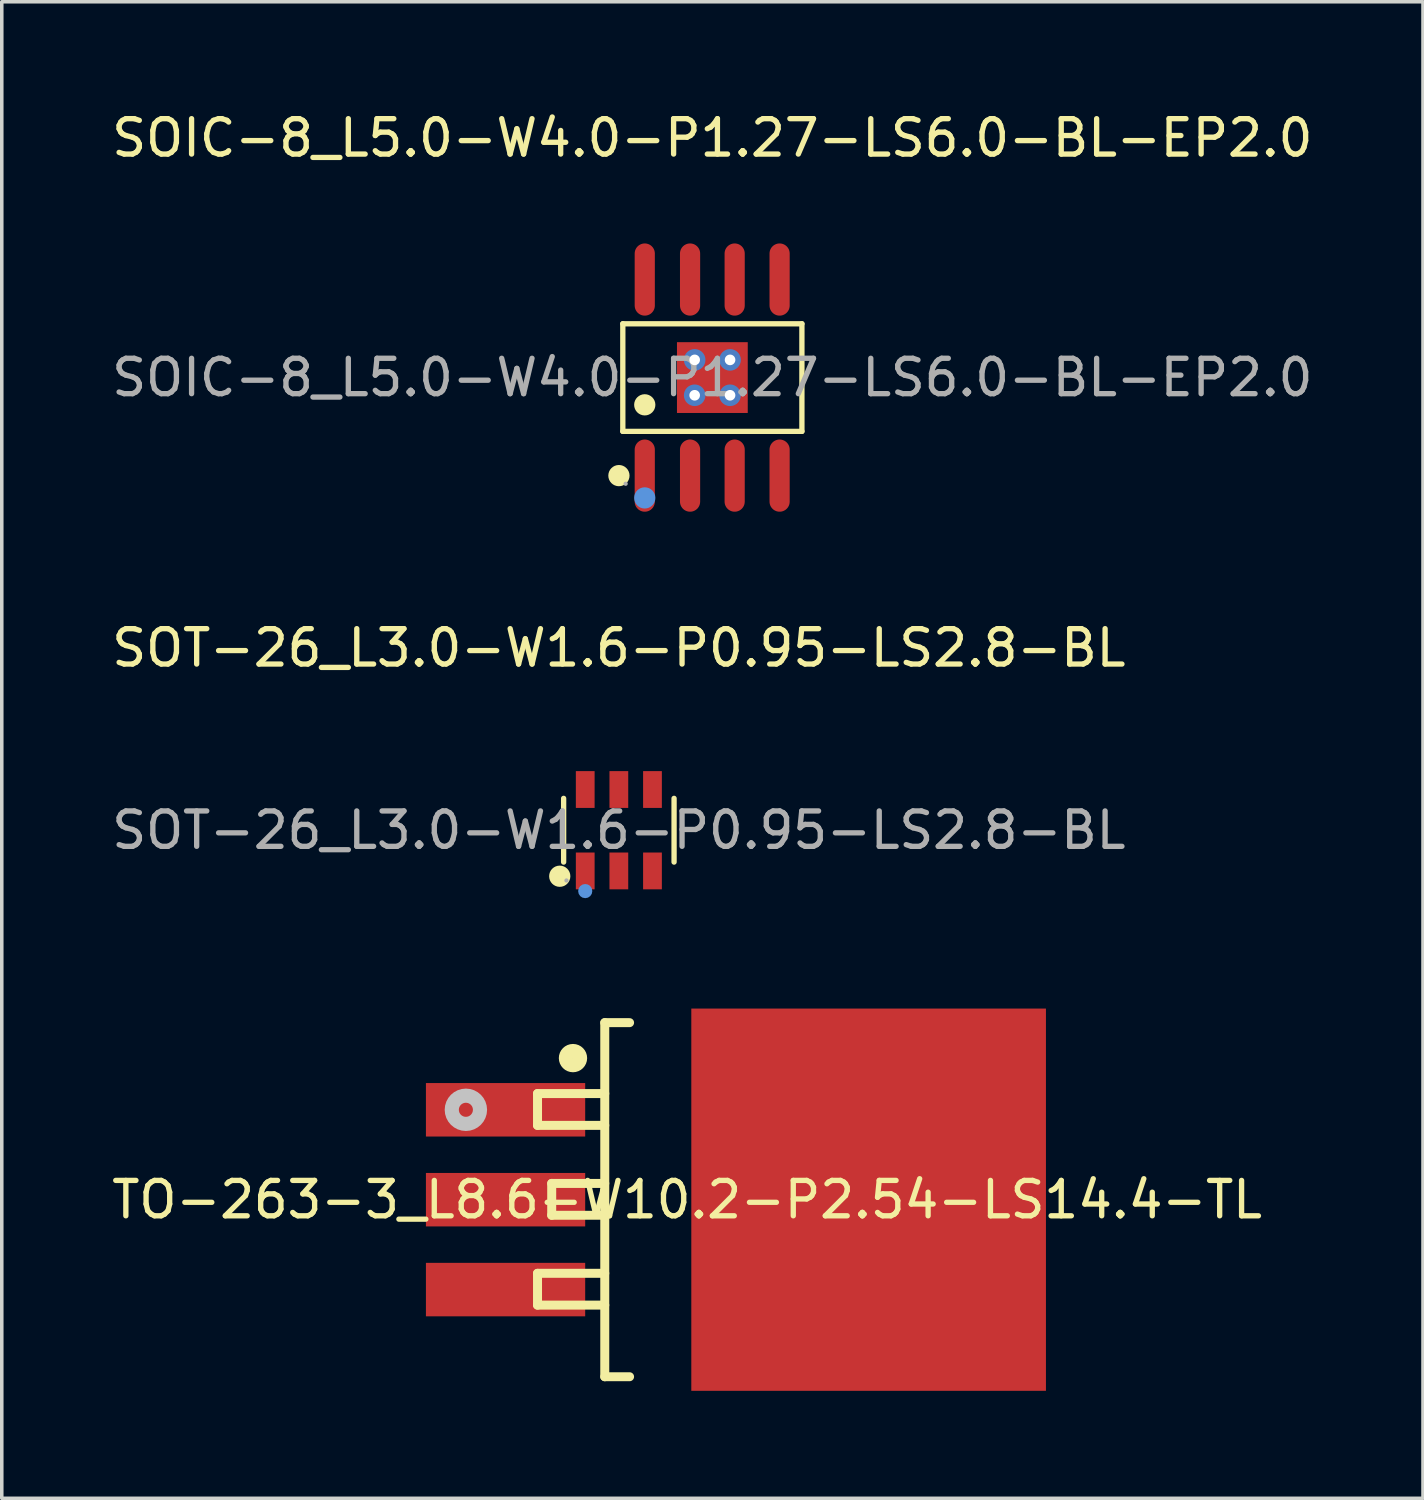
<source format=kicad_pcb>
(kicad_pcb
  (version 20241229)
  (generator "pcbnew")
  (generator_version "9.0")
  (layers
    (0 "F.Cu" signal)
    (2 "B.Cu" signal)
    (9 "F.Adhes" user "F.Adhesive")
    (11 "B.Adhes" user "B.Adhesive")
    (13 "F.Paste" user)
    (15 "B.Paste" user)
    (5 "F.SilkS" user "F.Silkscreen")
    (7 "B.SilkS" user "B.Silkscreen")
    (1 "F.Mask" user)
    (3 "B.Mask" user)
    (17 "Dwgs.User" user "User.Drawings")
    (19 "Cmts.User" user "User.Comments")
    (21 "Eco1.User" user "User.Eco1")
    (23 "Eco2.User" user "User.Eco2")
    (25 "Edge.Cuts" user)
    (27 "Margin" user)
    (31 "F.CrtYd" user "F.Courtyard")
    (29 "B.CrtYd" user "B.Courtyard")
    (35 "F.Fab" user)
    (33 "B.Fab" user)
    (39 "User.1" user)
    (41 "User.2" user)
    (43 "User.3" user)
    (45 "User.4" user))
  (footprint "SOIC-8_L5.0-W4.0-P1.27-LS6.0-BL-EP2.0"
    (layer "F.Cu")
    (at 17.077 7.618)
    (property "Reference" "SOIC-8_L5.0-W4.0-P1.27-LS6.0-BL-EP2.0" (at 0 -6.77 0) (layer "F.SilkS") (effects (font (size 1 1) (thickness 0.15))))
    (attr smd)
    (fp_line (start -2.53 -1.52) (end 2.53 -1.52) (stroke (width 0.15) (type solid)) (layer "F.SilkS"))
    (fp_line (start -2.53 1.52) (end -2.53 -1.52) (stroke (width 0.15) (type solid)) (layer "F.SilkS"))
    (fp_line (start 2.53 -1.52) (end 2.53 1.52) (stroke (width 0.15) (type solid)) (layer "F.SilkS"))
    (fp_line (start 2.53 1.52) (end -2.53 1.52) (stroke (width 0.15) (type solid)) (layer "F.SilkS"))
    (fp_circle (center -2.64 2.77) (end -2.49 2.77) (stroke (width 0.3) (type solid)) (fill no) (layer "F.SilkS"))
    (fp_circle (center -1.91 0.77) (end -1.76 0.77) (stroke (width 0.3) (type solid)) (fill no) (layer "F.SilkS"))
    (fp_circle (center -1.91 3.4) (end -1.76 3.4) (stroke (width 0.3) (type solid)) (fill no) (layer "Cmts.User"))
    (fp_circle (center -2.45 3) (end -2.42 3) (stroke (width 0.06) (type solid)) (fill no) (layer "F.Fab"))
    (fp_text user "${REFERENCE}" (at 0 0 0) (layer "F.Fab") (effects (font (size 1 1) (thickness 0.15))))
    (pad "1" smd oval (at -1.91 2.77) (size 0.57 2.04) (layers "F.Cu" "F.Mask" "F.Paste"))
    (pad "2" smd oval (at -0.63 2.77) (size 0.57 2.04) (layers "F.Cu" "F.Mask" "F.Paste"))
    (pad "3" smd oval (at 0.63 2.77) (size 0.57 2.04) (layers "F.Cu" "F.Mask" "F.Paste"))
    (pad "4" smd oval (at 1.9 2.77) (size 0.57 2.04) (layers "F.Cu" "F.Mask" "F.Paste"))
    (pad "5" smd oval (at 1.9 -2.77) (size 0.57 2.04) (layers "F.Cu" "F.Mask" "F.Paste"))
    (pad "6" smd oval (at 0.63 -2.77) (size 0.57 2.04) (layers "F.Cu" "F.Mask" "F.Paste"))
    (pad "7" smd oval (at -0.63 -2.77) (size 0.57 2.04) (layers "F.Cu" "F.Mask" "F.Paste"))
    (pad "8" smd oval (at -1.91 -2.77) (size 0.57 2.04) (layers "F.Cu" "F.Mask" "F.Paste"))
    (pad "9" thru_hole circle (at -0.5 -0.5) (size 0.61 0.61) (drill 0.3) (layers "*.Cu" "*.Paste" "*.Mask"))
    (pad "9" thru_hole circle (at -0.5 0.5) (size 0.61 0.61) (drill 0.3) (layers "*.Cu" "*.Paste" "*.Mask"))
    (pad "9" smd rect (at 0 0) (size 2 2) (layers "F.Cu" "F.Mask" "F.Paste"))
    (pad "9" thru_hole circle (at 0.5 -0.5) (size 0.61 0.61) (drill 0.3) (layers "*.Cu" "*.Paste" "*.Mask"))
    (pad "9" thru_hole circle (at 0.5 0.5) (size 0.61 0.61) (drill 0.3) (layers "*.Cu" "*.Paste" "*.Mask")))
  (footprint "SOT-26_L3.0-W1.6-P0.95-LS2.8-BL"
    (layer "F.Cu")
    (at 14.435 20.407)
    (property "Reference" "SOT-26_L3.0-W1.6-P0.95-LS2.8-BL" (at 0 -5.15 0) (layer "F.SilkS") (effects (font (size 1 1) (thickness 0.15))))
    (attr smd)
    (fp_line (start -1.56 0.9) (end -1.56 -0.9) (stroke (width 0.15) (type solid)) (layer "F.SilkS"))
    (fp_line (start 1.56 0.9) (end 1.56 -0.9) (stroke (width 0.15) (type solid)) (layer "F.SilkS"))
    (fp_circle (center -1.67 1.3) (end -1.52 1.3) (stroke (width 0.3) (type solid)) (fill no) (layer "F.SilkS"))
    (fp_circle (center -0.95 1.72) (end -0.85 1.72) (stroke (width 0.2) (type solid)) (fill no) (layer "Cmts.User"))
    (fp_circle (center -1.48 1.42) (end -1.45 1.42) (stroke (width 0.06) (type solid)) (fill no) (layer "F.Fab"))
    (fp_text user "${REFERENCE}" (at 0 0 0) (layer "F.Fab") (effects (font (size 1 1) (thickness 0.15))))
    (pad "1" smd rect (at -0.95 1.15) (size 0.53 1.04) (layers "F.Cu" "F.Mask" "F.Paste"))
    (pad "2" smd rect (at 0 1.15) (size 0.53 1.04) (layers "F.Cu" "F.Mask" "F.Paste"))
    (pad "3" smd rect (at 0.95 1.15) (size 0.53 1.04) (layers "F.Cu" "F.Mask" "F.Paste"))
    (pad "4" smd rect (at 0.95 -1.15) (size 0.53 1.04) (layers "F.Cu" "F.Mask" "F.Paste"))
    (pad "5" smd rect (at 0 -1.15) (size 0.53 1.04) (layers "F.Cu" "F.Mask" "F.Paste"))
    (pad "6" smd rect (at -0.95 -1.15) (size 0.53 1.04) (layers "F.Cu" "F.Mask" "F.Paste")))
  (footprint "TO-263-3_L8.6-W10.2-P2.54-LS14.4-TL"
    (layer "F.Cu")
    (at 16.363 30.846)
    (property "Reference" "TO-263-3_L8.6-W10.2-P2.54-LS14.4-TL" (at 0 0 0) (unlocked yes) (layer "F.SilkS") (effects (font (size 1 1) (thickness 0.15))))
    (fp_line (start -4.226 -2.1) (end -4.226 -2.999) (stroke (width 0.254) (type default)) (layer "F.SilkS"))
    (fp_line (start -4.226 2.08) (end -2.326 2.08) (stroke (width 0.254) (type default)) (layer "F.SilkS"))
    (fp_line (start -4.226 2.979) (end -4.226 2.08) (stroke (width 0.254) (type default)) (layer "F.SilkS"))
    (fp_line (start -3.825 -0.46) (end -2.326 -0.46) (stroke (width 0.254) (type default)) (layer "F.SilkS"))
    (fp_line (start -3.825 0.44) (end -3.825 -0.46) (stroke (width 0.254) (type default)) (layer "F.SilkS"))
    (fp_line (start -2.326 -5.002) (end -1.625 -5.002) (stroke (width 0.254) (type default)) (layer "F.SilkS"))
    (fp_line (start -2.326 -2.999) (end -4.226 -2.999) (stroke (width 0.254) (type default)) (layer "F.SilkS"))
    (fp_line (start -2.326 -2.1) (end -4.226 -2.1) (stroke (width 0.254) (type default)) (layer "F.SilkS"))
    (fp_line (start -2.326 0.44) (end -3.825 0.44) (stroke (width 0.254) (type default)) (layer "F.SilkS"))
    (fp_line (start -2.326 2.979) (end -4.226 2.979) (stroke (width 0.254) (type default)) (layer "F.SilkS"))
    (fp_line (start -2.326 5.002) (end -2.326 -5.002) (stroke (width 0.254) (type default)) (layer "F.SilkS"))
    (fp_line (start -1.625 5.002) (end -2.326 5.002) (stroke (width 0.254) (type default)) (layer "F.SilkS"))
    (fp_arc (start -3.2225 -4.201) (mid -3.224 -3.799994) (end -3.2255 -4.201) (stroke (width 0.399) (type default)) (layer "F.SilkS"))
    (fp_circle (center -6.25 -2.54) (end -6.051 -2.54) (stroke (width 0.4) (type default)) (fill no) (layer "Dwgs.User"))
    (fp_poly (pts (xy -3.736 -2.933) (xy -3.736 -2.147) (xy -6.021 -2.147) (xy -6.021 -2.933)) (stroke (width 0.1) (type default)) (fill no) (layer "User.1"))
    (fp_poly (pts (xy -3.736 -0.393) (xy -3.736 0.393) (xy -6.021 0.393) (xy -6.021 -0.393)) (stroke (width 0.1) (type default)) (fill no) (layer "User.1"))
    (fp_poly (pts (xy -3.736 2.147) (xy -3.736 2.933) (xy -6.021 2.933) (xy -6.021 2.147)) (stroke (width 0.1) (type default)) (fill no) (layer "User.1"))
    (fp_poly (pts (xy -2.152 -2.141) (xy -3.752 -2.141) (xy -3.752 -2.941) (xy -2.152 -2.941)) (stroke (width 0.1) (type default)) (fill no) (layer "User.1"))
    (fp_poly (pts (xy -2.152 0.399) (xy -3.752 0.399) (xy -3.752 -0.401) (xy -2.152 -0.401)) (stroke (width 0.1) (type default)) (fill no) (layer "User.1"))
    (fp_poly (pts (xy -2.152 2.939) (xy -3.752 2.939) (xy -3.752 2.139) (xy -2.152 2.139)) (stroke (width 0.1) (type default)) (fill no) (layer "User.1"))
    (fp_poly (pts (xy 8.398 -5.41) (xy 6.441 -5.41) (xy 6.441 -4.14) (xy 1.387 -4.14) (xy 1.387 4.14) (xy 1.361 4.165) (xy 6.467 4.165) (xy 6.467 5.385) (xy 8.398 5.385)) (stroke (width 0.1) (type default)) (fill no) (layer "User.1"))
    (fp_line (start -2.161 -5.106) (end 6.039 -5.106) (stroke (width 0.051) (type default)) (layer "User.2"))
    (fp_line (start -2.161 5.095) (end -2.161 -5.106) (stroke (width 0.051) (type default)) (layer "User.2"))
    (fp_line (start 6.039 -5.106) (end 6.039 5.095) (stroke (width 0.051) (type default)) (layer "User.2"))
    (fp_line (start 6.039 5.095) (end -2.161 5.095) (stroke (width 0.051) (type default)) (layer "User.2"))
    (fp_poly (pts (xy -5.962 -5.41) (xy -5.979 -5.452) (xy -6.021 -5.47) (xy -6.064 -5.452) (xy -6.082 -5.41) (xy -6.064 -5.368) (xy -6.021 -5.35) (xy -5.979 -5.368)) (stroke (width 0.1) (type default)) (fill no) (layer "User.3"))
    (pad "1" smd rect (at -5.129 -2.54) (size 4.5 1.511) (layers "F.Cu" "F.Mask" "F.Paste"))
    (pad "2" smd rect (at -5.129 0) (size 4.5 1.511) (layers "F.Cu" "F.Mask" "F.Paste"))
    (pad "3" smd rect (at -5.129 2.54) (size 4.5 1.511) (layers "F.Cu" "F.Mask" "F.Paste"))
    (pad "4" smd rect (at 5.129 0) (size 10.02 10.8) (layers "F.Cu" "F.Mask" "F.Paste")))
  (gr_rect
    (start -3 -3)
    (end 37.155 39.282)
    (stroke (width 0.1) (type default))
    (fill no)
    (layer "Edge.Cuts")))
</source>
